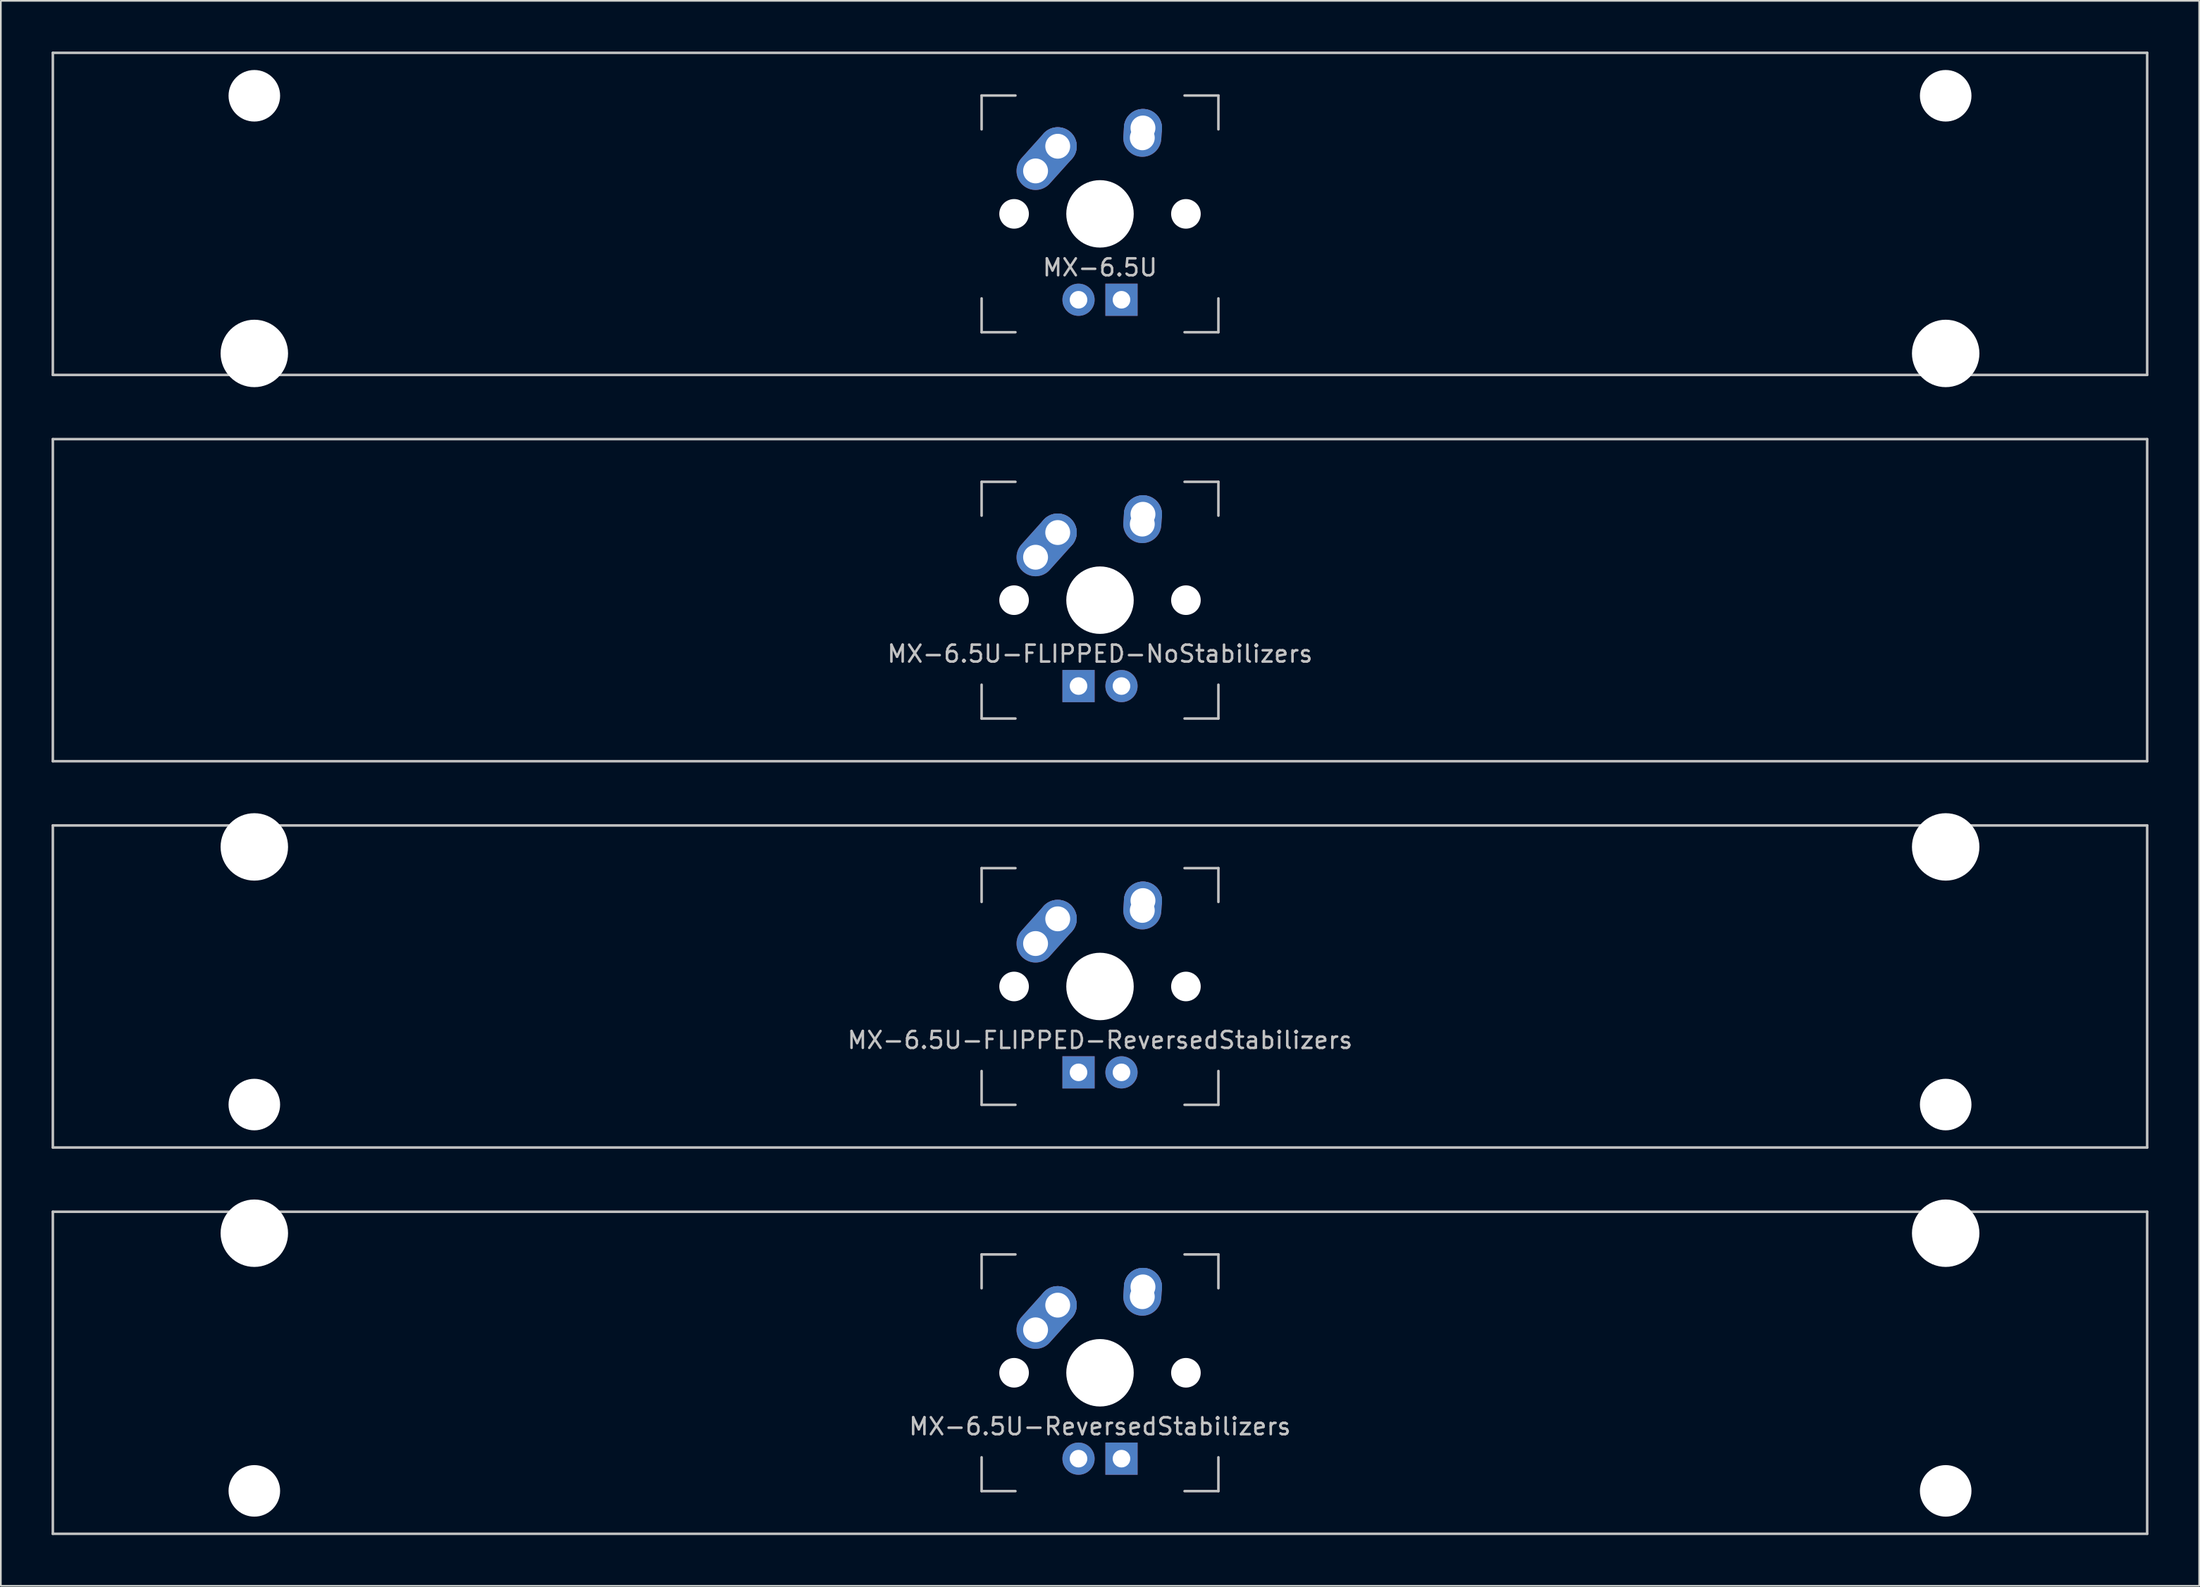
<source format=kicad_pcb>
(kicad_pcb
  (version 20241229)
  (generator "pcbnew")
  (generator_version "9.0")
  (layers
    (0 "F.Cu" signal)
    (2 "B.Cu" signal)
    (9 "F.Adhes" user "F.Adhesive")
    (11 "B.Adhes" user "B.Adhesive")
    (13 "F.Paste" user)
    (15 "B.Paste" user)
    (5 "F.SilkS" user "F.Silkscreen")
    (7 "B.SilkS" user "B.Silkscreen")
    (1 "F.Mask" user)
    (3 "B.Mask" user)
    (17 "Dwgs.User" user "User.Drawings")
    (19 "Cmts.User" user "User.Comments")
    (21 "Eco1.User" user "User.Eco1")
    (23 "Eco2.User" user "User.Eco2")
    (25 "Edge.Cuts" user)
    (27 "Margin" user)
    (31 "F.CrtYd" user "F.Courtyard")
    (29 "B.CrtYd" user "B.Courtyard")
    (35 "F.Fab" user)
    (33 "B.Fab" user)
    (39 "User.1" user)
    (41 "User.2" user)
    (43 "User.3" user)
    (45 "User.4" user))
  (footprint "MX-6.5U-FLIPPED-ReversedStabilizers"
    (layer "F.Cu")
    (at 61.987 55.298)
    (property "Reference" "MX-6.5U-FLIPPED-ReversedStabilizers" (at 0 3.175 0) (layer "Dwgs.User") (effects (font (size 1 1) (thickness 0.15))))
    (attr through_hole)
    (fp_line (start -61.913 -9.525) (end 61.913 -9.525) (stroke (width 0.15) (type solid)) (layer "Dwgs.User"))
    (fp_line (start -61.913 9.525) (end -61.913 -9.525) (stroke (width 0.15) (type solid)) (layer "Dwgs.User"))
    (fp_line (start -61.913 9.525) (end 61.913 9.525) (stroke (width 0.15) (type solid)) (layer "Dwgs.User"))
    (fp_line (start -7 -7) (end -7 -5) (stroke (width 0.15) (type solid)) (layer "Dwgs.User"))
    (fp_line (start -7 5) (end -7 7) (stroke (width 0.15) (type solid)) (layer "Dwgs.User"))
    (fp_line (start -7 7) (end -5 7) (stroke (width 0.15) (type solid)) (layer "Dwgs.User"))
    (fp_line (start -5 -7) (end -7 -7) (stroke (width 0.15) (type solid)) (layer "Dwgs.User"))
    (fp_line (start 5 -7) (end 7 -7) (stroke (width 0.15) (type solid)) (layer "Dwgs.User"))
    (fp_line (start 5 7) (end 7 7) (stroke (width 0.15) (type solid)) (layer "Dwgs.User"))
    (fp_line (start 7 -7) (end 7 -5) (stroke (width 0.15) (type solid)) (layer "Dwgs.User"))
    (fp_line (start 7 7) (end 7 5) (stroke (width 0.15) (type solid)) (layer "Dwgs.User"))
    (fp_line (start 61.913 -9.525) (end 61.913 9.525) (stroke (width 0.15) (type solid)) (layer "Dwgs.User"))
    (pad "" np_thru_hole circle (at -50 -8.255) (size 3.988 3.988) (drill 3.988) (layers "*.Cu" "*.Mask"))
    (pad "" np_thru_hole circle (at -50 6.985) (size 3.048 3.048) (drill 3.048) (layers "*.Cu" "*.Mask"))
    (pad "" np_thru_hole circle (at -5.08 0 48.1) (size 1.75 1.75) (drill 1.75) (layers "*.Cu" "*.Mask"))
    (pad "" np_thru_hole circle (at 0 0) (size 3.988 3.988) (drill 3.988) (layers "*.Cu" "*.Mask"))
    (pad "" np_thru_hole circle (at 5.08 0 48.1) (size 1.75 1.75) (drill 1.75) (layers "*.Cu" "*.Mask"))
    (pad "" np_thru_hole circle (at 50 -8.255) (size 3.988 3.988) (drill 3.988) (layers "*.Cu" "*.Mask"))
    (pad "" np_thru_hole circle (at 50 6.985) (size 3.048 3.048) (drill 3.048) (layers "*.Cu" "*.Mask"))
    (pad "1" thru_hole oval (at -3.81 -2.54 48.1) (size 4.212 2.25) (drill 1.47 (offset 0.981 0)) (layers "*.Cu" "*.Mask"))
    (pad "1" thru_hole circle (at -2.5 -4) (size 2.25 2.25) (drill 1.47) (layers "*.Cu" "*.Mask"))
    (pad "2" thru_hole oval (at 2.5 -4.5 86.055) (size 2.831 2.25) (drill 1.47 (offset 0.291 0)) (layers "*.Cu" "*.Mask"))
    (pad "2" thru_hole circle (at 2.54 -5.08) (size 2.25 2.25) (drill 1.47) (layers "*.Cu" "*.Mask"))
    (pad "3" thru_hole circle (at 1.27 5.08) (size 1.905 1.905) (drill 1.04) (layers "*.Cu" "*.Mask"))
    (pad "4" thru_hole rect (at -1.27 5.08) (size 1.905 1.905) (drill 1.04) (layers "*.Cu" "*.Mask")))
  (footprint "MX-6.5U-ReversedStabilizers"
    (layer "F.Cu")
    (at 61.987 78.147)
    (property "Reference" "MX-6.5U-ReversedStabilizers" (at 0 3.175 0) (layer "Dwgs.User") (effects (font (size 1 1) (thickness 0.15))))
    (attr through_hole)
    (fp_line (start -61.913 -9.525) (end 61.913 -9.525) (stroke (width 0.15) (type solid)) (layer "Dwgs.User"))
    (fp_line (start -61.913 9.525) (end -61.913 -9.525) (stroke (width 0.15) (type solid)) (layer "Dwgs.User"))
    (fp_line (start -61.913 9.525) (end 61.913 9.525) (stroke (width 0.15) (type solid)) (layer "Dwgs.User"))
    (fp_line (start -7 -7) (end -7 -5) (stroke (width 0.15) (type solid)) (layer "Dwgs.User"))
    (fp_line (start -7 5) (end -7 7) (stroke (width 0.15) (type solid)) (layer "Dwgs.User"))
    (fp_line (start -7 7) (end -5 7) (stroke (width 0.15) (type solid)) (layer "Dwgs.User"))
    (fp_line (start -5 -7) (end -7 -7) (stroke (width 0.15) (type solid)) (layer "Dwgs.User"))
    (fp_line (start 5 -7) (end 7 -7) (stroke (width 0.15) (type solid)) (layer "Dwgs.User"))
    (fp_line (start 5 7) (end 7 7) (stroke (width 0.15) (type solid)) (layer "Dwgs.User"))
    (fp_line (start 7 -7) (end 7 -5) (stroke (width 0.15) (type solid)) (layer "Dwgs.User"))
    (fp_line (start 7 7) (end 7 5) (stroke (width 0.15) (type solid)) (layer "Dwgs.User"))
    (fp_line (start 61.913 -9.525) (end 61.913 9.525) (stroke (width 0.15) (type solid)) (layer "Dwgs.User"))
    (pad "" np_thru_hole circle (at -50 -8.255) (size 3.988 3.988) (drill 3.988) (layers "*.Cu" "*.Mask"))
    (pad "" np_thru_hole circle (at -50 6.985) (size 3.048 3.048) (drill 3.048) (layers "*.Cu" "*.Mask"))
    (pad "" np_thru_hole circle (at -5.08 0 48.1) (size 1.75 1.75) (drill 1.75) (layers "*.Cu" "*.Mask"))
    (pad "" np_thru_hole circle (at 0 0) (size 3.988 3.988) (drill 3.988) (layers "*.Cu" "*.Mask"))
    (pad "" np_thru_hole circle (at 5.08 0 48.1) (size 1.75 1.75) (drill 1.75) (layers "*.Cu" "*.Mask"))
    (pad "" np_thru_hole circle (at 50 -8.255) (size 3.988 3.988) (drill 3.988) (layers "*.Cu" "*.Mask"))
    (pad "" np_thru_hole circle (at 50 6.985) (size 3.048 3.048) (drill 3.048) (layers "*.Cu" "*.Mask"))
    (pad "1" thru_hole oval (at -3.81 -2.54 48.1) (size 4.212 2.25) (drill 1.47 (offset 0.981 0)) (layers "*.Cu" "*.Mask"))
    (pad "1" thru_hole circle (at -2.5 -4) (size 2.25 2.25) (drill 1.47) (layers "*.Cu" "*.Mask"))
    (pad "2" thru_hole oval (at 2.5 -4.5 86.055) (size 2.831 2.25) (drill 1.47 (offset 0.291 0)) (layers "*.Cu" "*.Mask"))
    (pad "2" thru_hole circle (at 2.54 -5.08) (size 2.25 2.25) (drill 1.47) (layers "*.Cu" "*.Mask"))
    (pad "3" thru_hole circle (at -1.27 5.08) (size 1.905 1.905) (drill 1.04) (layers "*.Cu" "*.Mask"))
    (pad "4" thru_hole rect (at 1.27 5.08) (size 1.905 1.905) (drill 1.04) (layers "*.Cu" "*.Mask")))
  (footprint "MX-6.5U-FLIPPED-NoStabilizers"
    (layer "F.Cu")
    (at 61.987 32.449)
    (property "Reference" "MX-6.5U-FLIPPED-NoStabilizers" (at 0 3.175 0) (layer "Dwgs.User") (effects (font (size 1 1) (thickness 0.15))))
    (attr through_hole)
    (fp_line (start -61.913 -9.525) (end 61.913 -9.525) (stroke (width 0.15) (type solid)) (layer "Dwgs.User"))
    (fp_line (start -61.913 9.525) (end -61.913 -9.525) (stroke (width 0.15) (type solid)) (layer "Dwgs.User"))
    (fp_line (start -61.913 9.525) (end 61.913 9.525) (stroke (width 0.15) (type solid)) (layer "Dwgs.User"))
    (fp_line (start -7 -7) (end -7 -5) (stroke (width 0.15) (type solid)) (layer "Dwgs.User"))
    (fp_line (start -7 5) (end -7 7) (stroke (width 0.15) (type solid)) (layer "Dwgs.User"))
    (fp_line (start -7 7) (end -5 7) (stroke (width 0.15) (type solid)) (layer "Dwgs.User"))
    (fp_line (start -5 -7) (end -7 -7) (stroke (width 0.15) (type solid)) (layer "Dwgs.User"))
    (fp_line (start 5 -7) (end 7 -7) (stroke (width 0.15) (type solid)) (layer "Dwgs.User"))
    (fp_line (start 5 7) (end 7 7) (stroke (width 0.15) (type solid)) (layer "Dwgs.User"))
    (fp_line (start 7 -7) (end 7 -5) (stroke (width 0.15) (type solid)) (layer "Dwgs.User"))
    (fp_line (start 7 7) (end 7 5) (stroke (width 0.15) (type solid)) (layer "Dwgs.User"))
    (fp_line (start 61.913 -9.525) (end 61.913 9.525) (stroke (width 0.15) (type solid)) (layer "Dwgs.User"))
    (pad "" np_thru_hole circle (at -5.08 0 48.1) (size 1.75 1.75) (drill 1.75) (layers "*.Cu" "*.Mask"))
    (pad "" np_thru_hole circle (at 0 0) (size 3.988 3.988) (drill 3.988) (layers "*.Cu" "*.Mask"))
    (pad "" np_thru_hole circle (at 5.08 0 48.1) (size 1.75 1.75) (drill 1.75) (layers "*.Cu" "*.Mask"))
    (pad "1" thru_hole oval (at -3.81 -2.54 48.1) (size 4.212 2.25) (drill 1.47 (offset 0.981 0)) (layers "*.Cu" "*.Mask"))
    (pad "1" thru_hole circle (at -2.5 -4) (size 2.25 2.25) (drill 1.47) (layers "*.Cu" "*.Mask"))
    (pad "2" thru_hole oval (at 2.5 -4.5 86.055) (size 2.831 2.25) (drill 1.47 (offset 0.291 0)) (layers "*.Cu" "*.Mask"))
    (pad "2" thru_hole circle (at 2.54 -5.08) (size 2.25 2.25) (drill 1.47) (layers "*.Cu" "*.Mask"))
    (pad "3" thru_hole circle (at 1.27 5.08) (size 1.905 1.905) (drill 1.04) (layers "*.Cu" "*.Mask"))
    (pad "4" thru_hole rect (at -1.27 5.08) (size 1.905 1.905) (drill 1.04) (layers "*.Cu" "*.Mask")))
  (footprint "MX-6.5U"
    (layer "F.Cu")
    (at 61.987 9.6)
    (property "Reference" "MX-6.5U" (at 0 3.175 0) (layer "Dwgs.User") (effects (font (size 1 1) (thickness 0.15))))
    (attr through_hole)
    (fp_line (start -61.913 -9.525) (end 61.913 -9.525) (stroke (width 0.15) (type solid)) (layer "Dwgs.User"))
    (fp_line (start -61.913 9.525) (end -61.913 -9.525) (stroke (width 0.15) (type solid)) (layer "Dwgs.User"))
    (fp_line (start -61.913 9.525) (end 61.913 9.525) (stroke (width 0.15) (type solid)) (layer "Dwgs.User"))
    (fp_line (start -7 -7) (end -7 -5) (stroke (width 0.15) (type solid)) (layer "Dwgs.User"))
    (fp_line (start -7 5) (end -7 7) (stroke (width 0.15) (type solid)) (layer "Dwgs.User"))
    (fp_line (start -7 7) (end -5 7) (stroke (width 0.15) (type solid)) (layer "Dwgs.User"))
    (fp_line (start -5 -7) (end -7 -7) (stroke (width 0.15) (type solid)) (layer "Dwgs.User"))
    (fp_line (start 5 -7) (end 7 -7) (stroke (width 0.15) (type solid)) (layer "Dwgs.User"))
    (fp_line (start 5 7) (end 7 7) (stroke (width 0.15) (type solid)) (layer "Dwgs.User"))
    (fp_line (start 7 -7) (end 7 -5) (stroke (width 0.15) (type solid)) (layer "Dwgs.User"))
    (fp_line (start 7 7) (end 7 5) (stroke (width 0.15) (type solid)) (layer "Dwgs.User"))
    (fp_line (start 61.913 -9.525) (end 61.913 9.525) (stroke (width 0.15) (type solid)) (layer "Dwgs.User"))
    (pad "" np_thru_hole circle (at -50 -6.985) (size 3.048 3.048) (drill 3.048) (layers "*.Cu" "*.Mask"))
    (pad "" np_thru_hole circle (at -50 8.255) (size 3.988 3.988) (drill 3.988) (layers "*.Cu" "*.Mask"))
    (pad "" np_thru_hole circle (at -5.08 0 48.1) (size 1.75 1.75) (drill 1.75) (layers "*.Cu" "*.Mask"))
    (pad "" np_thru_hole circle (at 0 0) (size 3.988 3.988) (drill 3.988) (layers "*.Cu" "*.Mask"))
    (pad "" np_thru_hole circle (at 5.08 0 48.1) (size 1.75 1.75) (drill 1.75) (layers "*.Cu" "*.Mask"))
    (pad "" np_thru_hole circle (at 50 -6.985) (size 3.048 3.048) (drill 3.048) (layers "*.Cu" "*.Mask"))
    (pad "" np_thru_hole circle (at 50 8.255) (size 3.988 3.988) (drill 3.988) (layers "*.Cu" "*.Mask"))
    (pad "1" thru_hole oval (at -3.81 -2.54 48.1) (size 4.212 2.25) (drill 1.47 (offset 0.981 0)) (layers "*.Cu" "*.Mask"))
    (pad "1" thru_hole circle (at -2.5 -4) (size 2.25 2.25) (drill 1.47) (layers "*.Cu" "*.Mask"))
    (pad "2" thru_hole oval (at 2.5 -4.5 86.055) (size 2.831 2.25) (drill 1.47 (offset 0.291 0)) (layers "*.Cu" "*.Mask"))
    (pad "2" thru_hole circle (at 2.54 -5.08) (size 2.25 2.25) (drill 1.47) (layers "*.Cu" "*.Mask"))
    (pad "3" thru_hole circle (at -1.27 5.08) (size 1.905 1.905) (drill 1.04) (layers "*.Cu" "*.Mask"))
    (pad "4" thru_hole rect (at 1.27 5.08) (size 1.905 1.905) (drill 1.04) (layers "*.Cu" "*.Mask")))
  (gr_rect
    (start -3 -3)
    (end 126.975 90.747)
    (stroke (width 0.1) (type default))
    (fill no)
    (layer "Edge.Cuts")))
</source>
